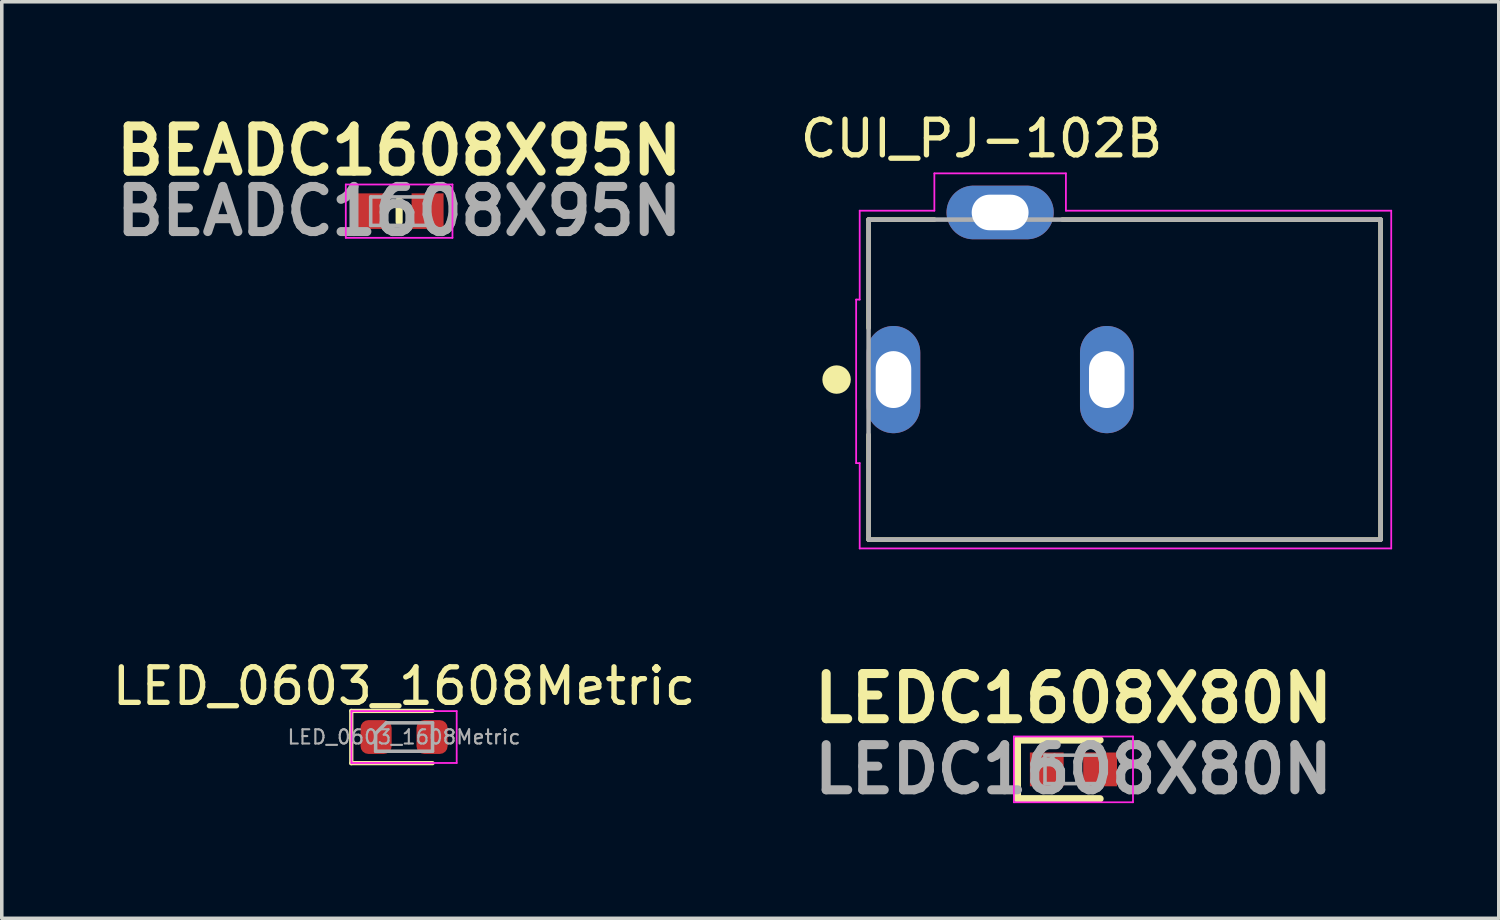
<source format=kicad_pcb>
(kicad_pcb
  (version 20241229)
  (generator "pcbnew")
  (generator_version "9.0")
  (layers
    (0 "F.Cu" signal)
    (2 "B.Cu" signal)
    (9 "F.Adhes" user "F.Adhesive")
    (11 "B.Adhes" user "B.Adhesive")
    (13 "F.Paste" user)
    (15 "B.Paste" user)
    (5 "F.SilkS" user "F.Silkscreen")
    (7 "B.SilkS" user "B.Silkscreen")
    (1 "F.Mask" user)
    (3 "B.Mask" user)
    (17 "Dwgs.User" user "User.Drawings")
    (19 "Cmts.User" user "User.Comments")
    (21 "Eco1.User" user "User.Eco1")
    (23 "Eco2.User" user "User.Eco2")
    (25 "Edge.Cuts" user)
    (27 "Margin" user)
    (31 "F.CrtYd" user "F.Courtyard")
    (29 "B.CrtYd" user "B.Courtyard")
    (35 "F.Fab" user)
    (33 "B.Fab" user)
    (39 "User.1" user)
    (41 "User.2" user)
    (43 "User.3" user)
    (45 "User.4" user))
  (footprint "LED_0603_1608Metric"
    (layer "F.Cu")
    (at 8.315 17.68)
    (property "Reference" "LED_0603_1608Metric" (at 0 -1.43 0) (layer "F.SilkS") (effects (font (size 1 1) (thickness 0.15))))
    (attr smd)
    (fp_line (start -1.485 -0.735) (end -1.485 0.735) (stroke (width 0.12) (type solid)) (layer "F.SilkS"))
    (fp_line (start -1.485 0.735) (end 0.8 0.735) (stroke (width 0.12) (type solid)) (layer "F.SilkS"))
    (fp_line (start 0.8 -0.735) (end -1.485 -0.735) (stroke (width 0.12) (type solid)) (layer "F.SilkS"))
    (fp_line (start -1.48 -0.73) (end 1.48 -0.73) (stroke (width 0.05) (type solid)) (layer "F.CrtYd"))
    (fp_line (start -1.48 0.73) (end -1.48 -0.73) (stroke (width 0.05) (type solid)) (layer "F.CrtYd"))
    (fp_line (start 1.48 -0.73) (end 1.48 0.73) (stroke (width 0.05) (type solid)) (layer "F.CrtYd"))
    (fp_line (start 1.48 0.73) (end -1.48 0.73) (stroke (width 0.05) (type solid)) (layer "F.CrtYd"))
    (fp_line (start -0.8 -0.1) (end -0.8 0.4) (stroke (width 0.1) (type solid)) (layer "F.Fab"))
    (fp_line (start -0.8 0.4) (end 0.8 0.4) (stroke (width 0.1) (type solid)) (layer "F.Fab"))
    (fp_line (start -0.5 -0.4) (end -0.8 -0.1) (stroke (width 0.1) (type solid)) (layer "F.Fab"))
    (fp_line (start 0.8 -0.4) (end -0.5 -0.4) (stroke (width 0.1) (type solid)) (layer "F.Fab"))
    (fp_line (start 0.8 0.4) (end 0.8 -0.4) (stroke (width 0.1) (type solid)) (layer "F.Fab"))
    (fp_text user "${REFERENCE}" (at 0 0 0) (layer "F.Fab") (effects (font (size 0.4 0.4) (thickness 0.06))))
    (pad "1" smd roundrect (at -0.787 0) (size 0.875 0.95) (layers "F.Cu" "F.Mask" "F.Paste") (roundrect_rratio 0.25))
    (pad "2" smd roundrect (at 0.787 0) (size 0.875 0.95) (layers "F.Cu" "F.Mask" "F.Paste") (roundrect_rratio 0.25)))
  (footprint "BEADC1608X95N"
    (layer "F.Cu")
    (at 8.176 2.889)
    (property "Reference" "BEADC1608X95N" (at 0 -1.7 0) (layer "F.SilkS") (effects (font (size 1.27 1.27) (thickness 0.254))))
    (attr smd)
    (fp_line (start 0 -0.3) (end 0 0.3) (stroke (width 0.2) (type solid)) (layer "F.SilkS"))
    (fp_line (start -1.5 -0.75) (end 1.5 -0.75) (stroke (width 0.05) (type solid)) (layer "F.CrtYd"))
    (fp_line (start -1.5 0.75) (end -1.5 -0.75) (stroke (width 0.05) (type solid)) (layer "F.CrtYd"))
    (fp_line (start 1.5 -0.75) (end 1.5 0.75) (stroke (width 0.05) (type solid)) (layer "F.CrtYd"))
    (fp_line (start 1.5 0.75) (end -1.5 0.75) (stroke (width 0.05) (type solid)) (layer "F.CrtYd"))
    (fp_line (start -0.8 -0.4) (end 0.8 -0.4) (stroke (width 0.1) (type solid)) (layer "F.Fab"))
    (fp_line (start -0.8 0.4) (end -0.8 -0.4) (stroke (width 0.1) (type solid)) (layer "F.Fab"))
    (fp_line (start 0.8 -0.4) (end 0.8 0.4) (stroke (width 0.1) (type solid)) (layer "F.Fab"))
    (fp_line (start 0.8 0.4) (end -0.8 0.4) (stroke (width 0.1) (type solid)) (layer "F.Fab"))
    (fp_text user "${REFERENCE}" (at 0 0 0) (layer "F.Fab") (effects (font (size 1.27 1.27) (thickness 0.254))))
    (pad "1" smd rect (at -0.8 0) (size 0.9 1) (layers "F.Cu" "F.Mask" "F.Paste"))
    (pad "2" smd rect (at 0.8 0) (size 0.9 1) (layers "F.Cu" "F.Mask" "F.Paste")))
  (footprint "LEDC1608X80N"
    (layer "F.Cu")
    (at 27.142 18.59)
    (property "Reference" "LEDC1608X80N" (at 0 -2 0) (layer "F.SilkS") (effects (font (size 1.27 1.27) (thickness 0.254))))
    (attr smd)
    (fp_line (start -1.575 -0.825) (end -1.575 0.825) (stroke (width 0.2) (type solid)) (layer "F.SilkS"))
    (fp_line (start -1.575 0.825) (end 0.75 0.825) (stroke (width 0.2) (type solid)) (layer "F.SilkS"))
    (fp_line (start 0.75 -0.825) (end -1.575 -0.825) (stroke (width 0.2) (type solid)) (layer "F.SilkS"))
    (fp_line (start -1.675 -0.925) (end 1.675 -0.925) (stroke (width 0.05) (type solid)) (layer "F.CrtYd"))
    (fp_line (start -1.675 0.925) (end -1.675 -0.925) (stroke (width 0.05) (type solid)) (layer "F.CrtYd"))
    (fp_line (start 1.675 -0.925) (end 1.675 0.925) (stroke (width 0.05) (type solid)) (layer "F.CrtYd"))
    (fp_line (start 1.675 0.925) (end -1.675 0.925) (stroke (width 0.05) (type solid)) (layer "F.CrtYd"))
    (fp_line (start -0.8 -0.4) (end 0.8 -0.4) (stroke (width 0.1) (type solid)) (layer "F.Fab"))
    (fp_line (start -0.8 -0.133) (end -0.533 -0.4) (stroke (width 0.1) (type solid)) (layer "F.Fab"))
    (fp_line (start -0.8 0.4) (end -0.8 -0.4) (stroke (width 0.1) (type solid)) (layer "F.Fab"))
    (fp_line (start 0.8 -0.4) (end 0.8 0.4) (stroke (width 0.1) (type solid)) (layer "F.Fab"))
    (fp_line (start 0.8 0.4) (end -0.8 0.4) (stroke (width 0.1) (type solid)) (layer "F.Fab"))
    (fp_text user "${REFERENCE}" (at 0 0 0) (layer "F.Fab") (effects (font (size 1.27 1.27) (thickness 0.254))))
    (pad "1" smd rect (at -0.75 0 90) (size 0.95 0.95) (layers "F.Cu" "F.Mask" "F.Paste"))
    (pad "2" smd rect (at 0.75 0 90) (size 0.95 0.95) (layers "F.Cu" "F.Mask" "F.Paste")))
  (footprint "CUI_PJ-102B"
    (layer "F.Cu")
    (at 28.58 7.626)
    (property "Reference" "CUI_PJ-102B" (at -4.022 -6.777 0) (layer "F.SilkS") (effects (font (size 1.002 1.002) (thickness 0.15))))
    (attr through_hole)
    (fp_line (start -7.2 -4.5) (end -5.35 -4.5) (stroke (width 0.127) (type solid)) (layer "F.SilkS"))
    (fp_line (start -7.2 -1.45) (end -7.2 -4.5) (stroke (width 0.127) (type solid)) (layer "F.SilkS"))
    (fp_line (start -7.2 4.5) (end -7.2 1.55) (stroke (width 0.127) (type solid)) (layer "F.SilkS"))
    (fp_line (start -1.75 -4.5) (end 7.2 -4.5) (stroke (width 0.127) (type solid)) (layer "F.SilkS"))
    (fp_line (start 7.2 -4.5) (end 7.2 4.5) (stroke (width 0.127) (type solid)) (layer "F.SilkS"))
    (fp_line (start 7.2 4.5) (end -7.2 4.5) (stroke (width 0.127) (type solid)) (layer "F.SilkS"))
    (fp_circle (center -8.1 0) (end -7.9 0) (stroke (width 0.4) (type solid)) (fill no) (layer "F.SilkS"))
    (fp_line (start -7.55 -2.25) (end -7.55 2.35) (stroke (width 0.05) (type solid)) (layer "F.CrtYd"))
    (fp_line (start -7.55 2.35) (end -7.45 2.35) (stroke (width 0.05) (type solid)) (layer "F.CrtYd"))
    (fp_line (start -7.45 -4.75) (end -5.35 -4.75) (stroke (width 0.05) (type solid)) (layer "F.CrtYd"))
    (fp_line (start -7.45 -2.25) (end -7.55 -2.25) (stroke (width 0.05) (type solid)) (layer "F.CrtYd"))
    (fp_line (start -7.45 -2.25) (end -7.45 -4.75) (stroke (width 0.05) (type solid)) (layer "F.CrtYd"))
    (fp_line (start -7.45 4.75) (end -7.45 2.35) (stroke (width 0.05) (type solid)) (layer "F.CrtYd"))
    (fp_line (start -5.35 -5.8) (end -1.65 -5.8) (stroke (width 0.05) (type solid)) (layer "F.CrtYd"))
    (fp_line (start -5.35 -4.75) (end -5.35 -5.8) (stroke (width 0.05) (type solid)) (layer "F.CrtYd"))
    (fp_line (start -1.65 -5.8) (end -1.65 -4.75) (stroke (width 0.05) (type solid)) (layer "F.CrtYd"))
    (fp_line (start -1.65 -4.75) (end 7.5 -4.75) (stroke (width 0.05) (type solid)) (layer "F.CrtYd"))
    (fp_line (start 7.5 -4.75) (end 7.5 4.75) (stroke (width 0.05) (type solid)) (layer "F.CrtYd"))
    (fp_line (start 7.5 4.75) (end -7.45 4.75) (stroke (width 0.05) (type solid)) (layer "F.CrtYd"))
    (fp_line (start -7.2 -4.5) (end 7.2 -4.5) (stroke (width 0.127) (type solid)) (layer "F.Fab"))
    (fp_line (start -7.2 4.5) (end -7.2 -4.5) (stroke (width 0.127) (type solid)) (layer "F.Fab"))
    (fp_line (start 7.2 -4.5) (end 7.2 4.5) (stroke (width 0.127) (type solid)) (layer "F.Fab"))
    (fp_line (start 7.2 4.5) (end -7.2 4.5) (stroke (width 0.127) (type solid)) (layer "F.Fab"))
    (pad "1" thru_hole oval (at -6.5 0) (size 1.508 3.016) (drill oval 1 1.6) (layers "*.Cu" "*.Mask"))
    (pad "2" thru_hole oval (at -0.5 0) (size 1.508 3.016) (drill oval 1 1.6) (layers "*.Cu" "*.Mask"))
    (pad "3" thru_hole oval (at -3.5 -4.7) (size 3.016 1.508) (drill oval 1.6 1) (layers "*.Cu" "*.Mask")))
  (gr_rect
    (start -3 -3)
    (end 39.105 22.779)
    (stroke (width 0.1) (type default))
    (fill no)
    (layer "Edge.Cuts")))
</source>
